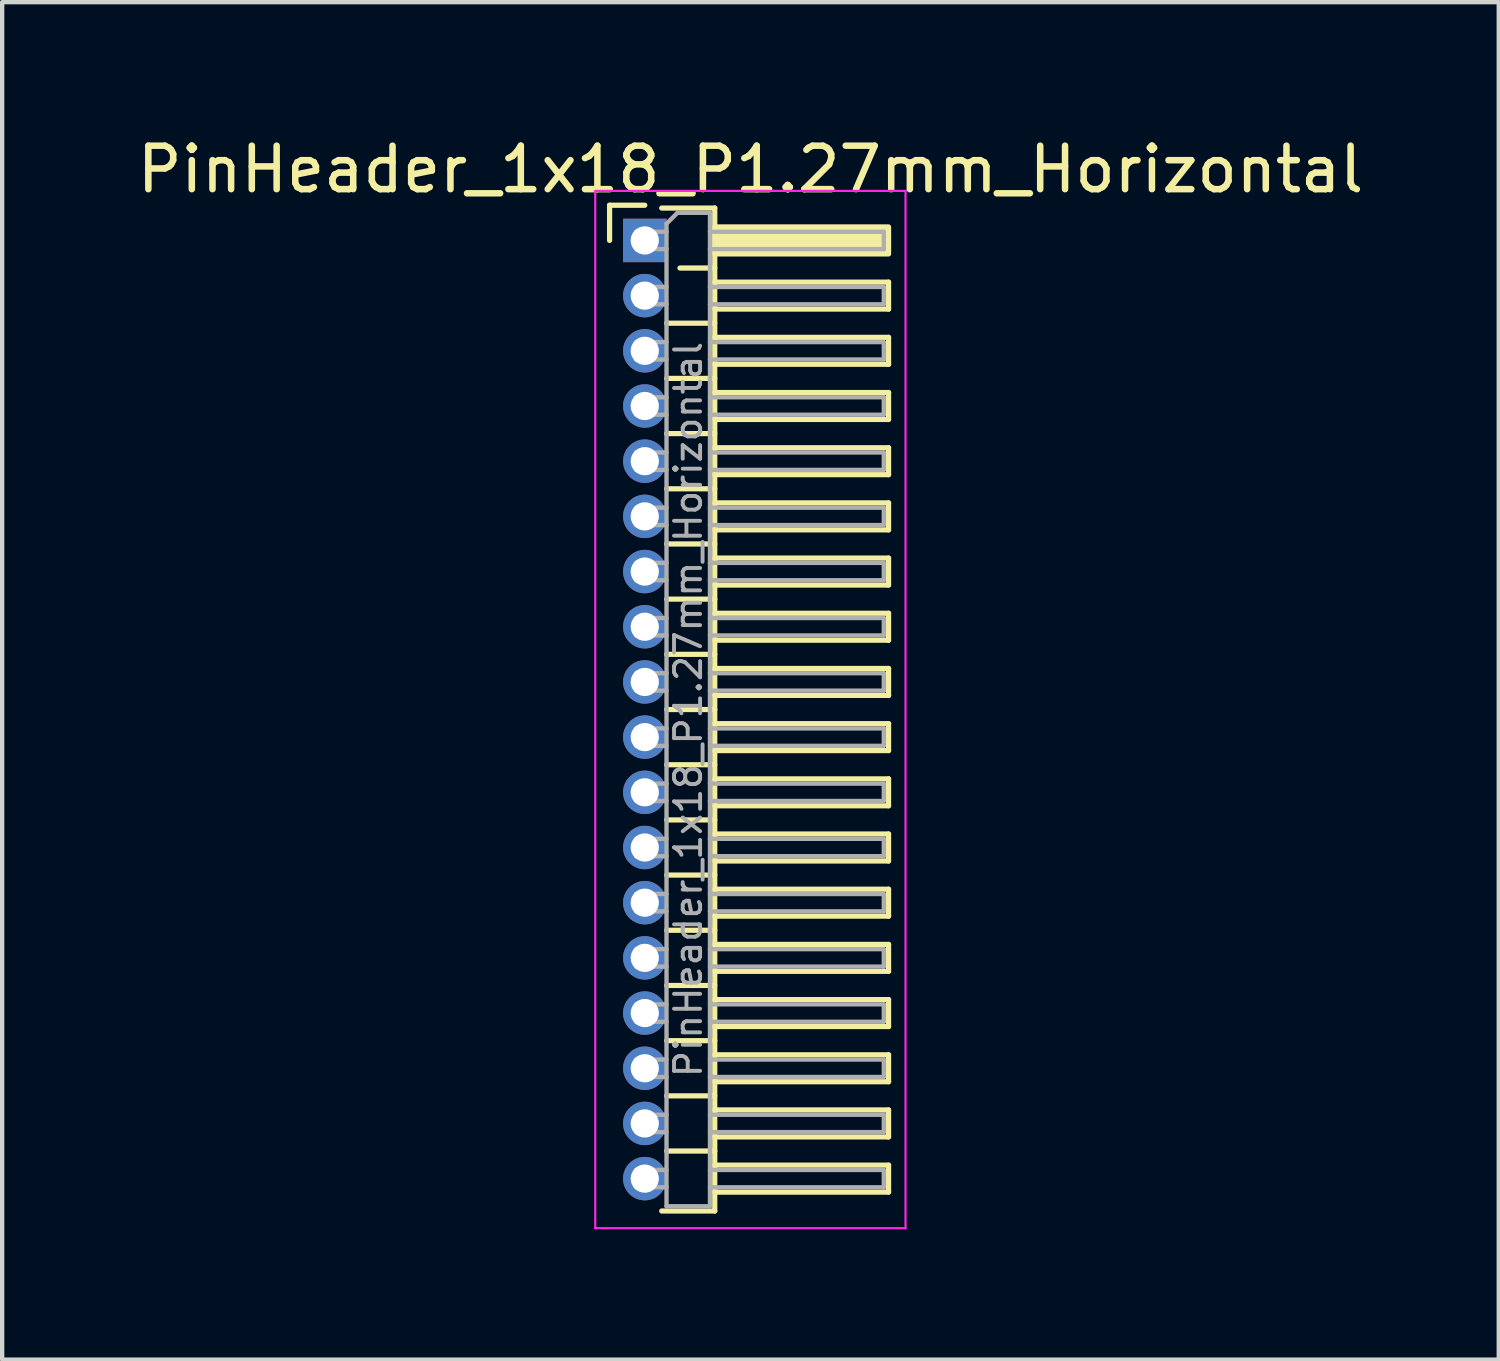
<source format=kicad_pcb>
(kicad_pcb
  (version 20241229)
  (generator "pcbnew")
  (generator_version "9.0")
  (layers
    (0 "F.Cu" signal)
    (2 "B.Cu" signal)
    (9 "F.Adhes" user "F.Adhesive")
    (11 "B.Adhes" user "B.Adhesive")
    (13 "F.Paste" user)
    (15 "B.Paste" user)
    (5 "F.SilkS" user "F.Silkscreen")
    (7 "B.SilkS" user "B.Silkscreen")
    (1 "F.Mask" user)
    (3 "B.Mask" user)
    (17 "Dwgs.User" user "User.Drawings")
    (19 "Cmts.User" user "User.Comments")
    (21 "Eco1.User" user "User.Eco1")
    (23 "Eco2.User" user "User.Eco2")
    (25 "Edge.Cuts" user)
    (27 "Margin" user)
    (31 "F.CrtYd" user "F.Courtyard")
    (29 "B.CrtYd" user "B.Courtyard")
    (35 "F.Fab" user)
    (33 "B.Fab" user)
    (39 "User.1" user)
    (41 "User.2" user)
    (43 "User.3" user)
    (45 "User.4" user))
  (footprint "PinHeader_1x18_P1.27mm_Horizontal"
    (layer "F.Cu")
    (at 11.788 2.483)
    (property "Reference" "PinHeader_1x18_P1.27mm_Horizontal" (at 2.433 -1.635 0) (layer "F.SilkS") (effects (font (size 1 1) (thickness 0.15))))
    (attr through_hole)
    (fp_line (start -0.81 -0.81) (end 0 -0.81) (stroke (width 0.12) (type solid)) (layer "F.SilkS"))
    (fp_line (start -0.81 0) (end -0.81 -0.81) (stroke (width 0.12) (type solid)) (layer "F.SilkS"))
    (fp_line (start 0.39 -0.745) (end 1.61 -0.745) (stroke (width 0.12) (type solid)) (layer "F.SilkS"))
    (fp_line (start 0.503 1.905) (end 1.61 1.905) (stroke (width 0.12) (type solid)) (layer "F.SilkS"))
    (fp_line (start 0.503 3.175) (end 1.61 3.175) (stroke (width 0.12) (type solid)) (layer "F.SilkS"))
    (fp_line (start 0.503 4.445) (end 1.61 4.445) (stroke (width 0.12) (type solid)) (layer "F.SilkS"))
    (fp_line (start 0.503 5.715) (end 1.61 5.715) (stroke (width 0.12) (type solid)) (layer "F.SilkS"))
    (fp_line (start 0.503 6.985) (end 1.61 6.985) (stroke (width 0.12) (type solid)) (layer "F.SilkS"))
    (fp_line (start 0.503 8.255) (end 1.61 8.255) (stroke (width 0.12) (type solid)) (layer "F.SilkS"))
    (fp_line (start 0.503 9.525) (end 1.61 9.525) (stroke (width 0.12) (type solid)) (layer "F.SilkS"))
    (fp_line (start 0.503 10.795) (end 1.61 10.795) (stroke (width 0.12) (type solid)) (layer "F.SilkS"))
    (fp_line (start 0.503 12.065) (end 1.61 12.065) (stroke (width 0.12) (type solid)) (layer "F.SilkS"))
    (fp_line (start 0.503 13.335) (end 1.61 13.335) (stroke (width 0.12) (type solid)) (layer "F.SilkS"))
    (fp_line (start 0.503 14.605) (end 1.61 14.605) (stroke (width 0.12) (type solid)) (layer "F.SilkS"))
    (fp_line (start 0.503 15.875) (end 1.61 15.875) (stroke (width 0.12) (type solid)) (layer "F.SilkS"))
    (fp_line (start 0.503 17.145) (end 1.61 17.145) (stroke (width 0.12) (type solid)) (layer "F.SilkS"))
    (fp_line (start 0.503 18.415) (end 1.61 18.415) (stroke (width 0.12) (type solid)) (layer "F.SilkS"))
    (fp_line (start 0.503 19.685) (end 1.61 19.685) (stroke (width 0.12) (type solid)) (layer "F.SilkS"))
    (fp_line (start 0.503 20.955) (end 1.61 20.955) (stroke (width 0.12) (type solid)) (layer "F.SilkS"))
    (fp_line (start 0.81 0.635) (end 1.61 0.635) (stroke (width 0.12) (type solid)) (layer "F.SilkS"))
    (fp_line (start 1.61 -0.745) (end 1.61 22.335) (stroke (width 0.12) (type solid)) (layer "F.SilkS"))
    (fp_line (start 1.61 0.96) (end 5.61 0.96) (stroke (width 0.12) (type solid)) (layer "F.SilkS"))
    (fp_line (start 1.61 2.23) (end 5.61 2.23) (stroke (width 0.12) (type solid)) (layer "F.SilkS"))
    (fp_line (start 1.61 3.5) (end 5.61 3.5) (stroke (width 0.12) (type solid)) (layer "F.SilkS"))
    (fp_line (start 1.61 4.77) (end 5.61 4.77) (stroke (width 0.12) (type solid)) (layer "F.SilkS"))
    (fp_line (start 1.61 6.04) (end 5.61 6.04) (stroke (width 0.12) (type solid)) (layer "F.SilkS"))
    (fp_line (start 1.61 7.31) (end 5.61 7.31) (stroke (width 0.12) (type solid)) (layer "F.SilkS"))
    (fp_line (start 1.61 8.58) (end 5.61 8.58) (stroke (width 0.12) (type solid)) (layer "F.SilkS"))
    (fp_line (start 1.61 9.85) (end 5.61 9.85) (stroke (width 0.12) (type solid)) (layer "F.SilkS"))
    (fp_line (start 1.61 11.12) (end 5.61 11.12) (stroke (width 0.12) (type solid)) (layer "F.SilkS"))
    (fp_line (start 1.61 12.39) (end 5.61 12.39) (stroke (width 0.12) (type solid)) (layer "F.SilkS"))
    (fp_line (start 1.61 13.66) (end 5.61 13.66) (stroke (width 0.12) (type solid)) (layer "F.SilkS"))
    (fp_line (start 1.61 14.93) (end 5.61 14.93) (stroke (width 0.12) (type solid)) (layer "F.SilkS"))
    (fp_line (start 1.61 16.2) (end 5.61 16.2) (stroke (width 0.12) (type solid)) (layer "F.SilkS"))
    (fp_line (start 1.61 17.47) (end 5.61 17.47) (stroke (width 0.12) (type solid)) (layer "F.SilkS"))
    (fp_line (start 1.61 18.74) (end 5.61 18.74) (stroke (width 0.12) (type solid)) (layer "F.SilkS"))
    (fp_line (start 1.61 20.01) (end 5.61 20.01) (stroke (width 0.12) (type solid)) (layer "F.SilkS"))
    (fp_line (start 1.61 21.28) (end 5.61 21.28) (stroke (width 0.12) (type solid)) (layer "F.SilkS"))
    (fp_line (start 1.61 22.335) (end 0.39 22.335) (stroke (width 0.12) (type solid)) (layer "F.SilkS"))
    (fp_line (start 5.61 0.96) (end 5.61 1.58) (stroke (width 0.12) (type solid)) (layer "F.SilkS"))
    (fp_line (start 5.61 1.58) (end 1.61 1.58) (stroke (width 0.12) (type solid)) (layer "F.SilkS"))
    (fp_line (start 5.61 2.23) (end 5.61 2.85) (stroke (width 0.12) (type solid)) (layer "F.SilkS"))
    (fp_line (start 5.61 2.85) (end 1.61 2.85) (stroke (width 0.12) (type solid)) (layer "F.SilkS"))
    (fp_line (start 5.61 3.5) (end 5.61 4.12) (stroke (width 0.12) (type solid)) (layer "F.SilkS"))
    (fp_line (start 5.61 4.12) (end 1.61 4.12) (stroke (width 0.12) (type solid)) (layer "F.SilkS"))
    (fp_line (start 5.61 4.77) (end 5.61 5.39) (stroke (width 0.12) (type solid)) (layer "F.SilkS"))
    (fp_line (start 5.61 5.39) (end 1.61 5.39) (stroke (width 0.12) (type solid)) (layer "F.SilkS"))
    (fp_line (start 5.61 6.04) (end 5.61 6.66) (stroke (width 0.12) (type solid)) (layer "F.SilkS"))
    (fp_line (start 5.61 6.66) (end 1.61 6.66) (stroke (width 0.12) (type solid)) (layer "F.SilkS"))
    (fp_line (start 5.61 7.31) (end 5.61 7.93) (stroke (width 0.12) (type solid)) (layer "F.SilkS"))
    (fp_line (start 5.61 7.93) (end 1.61 7.93) (stroke (width 0.12) (type solid)) (layer "F.SilkS"))
    (fp_line (start 5.61 8.58) (end 5.61 9.2) (stroke (width 0.12) (type solid)) (layer "F.SilkS"))
    (fp_line (start 5.61 9.2) (end 1.61 9.2) (stroke (width 0.12) (type solid)) (layer "F.SilkS"))
    (fp_line (start 5.61 9.85) (end 5.61 10.47) (stroke (width 0.12) (type solid)) (layer "F.SilkS"))
    (fp_line (start 5.61 10.47) (end 1.61 10.47) (stroke (width 0.12) (type solid)) (layer "F.SilkS"))
    (fp_line (start 5.61 11.12) (end 5.61 11.74) (stroke (width 0.12) (type solid)) (layer "F.SilkS"))
    (fp_line (start 5.61 11.74) (end 1.61 11.74) (stroke (width 0.12) (type solid)) (layer "F.SilkS"))
    (fp_line (start 5.61 12.39) (end 5.61 13.01) (stroke (width 0.12) (type solid)) (layer "F.SilkS"))
    (fp_line (start 5.61 13.01) (end 1.61 13.01) (stroke (width 0.12) (type solid)) (layer "F.SilkS"))
    (fp_line (start 5.61 13.66) (end 5.61 14.28) (stroke (width 0.12) (type solid)) (layer "F.SilkS"))
    (fp_line (start 5.61 14.28) (end 1.61 14.28) (stroke (width 0.12) (type solid)) (layer "F.SilkS"))
    (fp_line (start 5.61 14.93) (end 5.61 15.55) (stroke (width 0.12) (type solid)) (layer "F.SilkS"))
    (fp_line (start 5.61 15.55) (end 1.61 15.55) (stroke (width 0.12) (type solid)) (layer "F.SilkS"))
    (fp_line (start 5.61 16.2) (end 5.61 16.82) (stroke (width 0.12) (type solid)) (layer "F.SilkS"))
    (fp_line (start 5.61 16.82) (end 1.61 16.82) (stroke (width 0.12) (type solid)) (layer "F.SilkS"))
    (fp_line (start 5.61 17.47) (end 5.61 18.09) (stroke (width 0.12) (type solid)) (layer "F.SilkS"))
    (fp_line (start 5.61 18.09) (end 1.61 18.09) (stroke (width 0.12) (type solid)) (layer "F.SilkS"))
    (fp_line (start 5.61 18.74) (end 5.61 19.36) (stroke (width 0.12) (type solid)) (layer "F.SilkS"))
    (fp_line (start 5.61 19.36) (end 1.61 19.36) (stroke (width 0.12) (type solid)) (layer "F.SilkS"))
    (fp_line (start 5.61 20.01) (end 5.61 20.63) (stroke (width 0.12) (type solid)) (layer "F.SilkS"))
    (fp_line (start 5.61 20.63) (end 1.61 20.63) (stroke (width 0.12) (type solid)) (layer "F.SilkS"))
    (fp_line (start 5.61 21.28) (end 5.61 21.9) (stroke (width 0.12) (type solid)) (layer "F.SilkS"))
    (fp_line (start 5.61 21.9) (end 1.61 21.9) (stroke (width 0.12) (type solid)) (layer "F.SilkS"))
    (fp_rect (start 1.61 -0.31) (end 5.61 0.31) (stroke (width 0.12) (type solid)) (fill yes) (layer "F.SilkS"))
    (fp_line (start -1.14 -1.14) (end -1.14 22.73) (stroke (width 0.05) (type solid)) (layer "F.CrtYd"))
    (fp_line (start -1.14 22.73) (end 6 22.73) (stroke (width 0.05) (type solid)) (layer "F.CrtYd"))
    (fp_line (start 6 -1.14) (end -1.14 -1.14) (stroke (width 0.05) (type solid)) (layer "F.CrtYd"))
    (fp_line (start 6 22.73) (end 6 -1.14) (stroke (width 0.05) (type solid)) (layer "F.CrtYd"))
    (fp_line (start -0.2 -0.2) (end -0.2 0.2) (stroke (width 0.1) (type solid)) (layer "F.Fab"))
    (fp_line (start -0.2 -0.2) (end 0.5 -0.2) (stroke (width 0.1) (type solid)) (layer "F.Fab"))
    (fp_line (start -0.2 0.2) (end 0.5 0.2) (stroke (width 0.1) (type solid)) (layer "F.Fab"))
    (fp_line (start -0.2 1.07) (end -0.2 1.47) (stroke (width 0.1) (type solid)) (layer "F.Fab"))
    (fp_line (start -0.2 1.07) (end 0.5 1.07) (stroke (width 0.1) (type solid)) (layer "F.Fab"))
    (fp_line (start -0.2 1.47) (end 0.5 1.47) (stroke (width 0.1) (type solid)) (layer "F.Fab"))
    (fp_line (start -0.2 2.34) (end -0.2 2.74) (stroke (width 0.1) (type solid)) (layer "F.Fab"))
    (fp_line (start -0.2 2.34) (end 0.5 2.34) (stroke (width 0.1) (type solid)) (layer "F.Fab"))
    (fp_line (start -0.2 2.74) (end 0.5 2.74) (stroke (width 0.1) (type solid)) (layer "F.Fab"))
    (fp_line (start -0.2 3.61) (end -0.2 4.01) (stroke (width 0.1) (type solid)) (layer "F.Fab"))
    (fp_line (start -0.2 3.61) (end 0.5 3.61) (stroke (width 0.1) (type solid)) (layer "F.Fab"))
    (fp_line (start -0.2 4.01) (end 0.5 4.01) (stroke (width 0.1) (type solid)) (layer "F.Fab"))
    (fp_line (start -0.2 4.88) (end -0.2 5.28) (stroke (width 0.1) (type solid)) (layer "F.Fab"))
    (fp_line (start -0.2 4.88) (end 0.5 4.88) (stroke (width 0.1) (type solid)) (layer "F.Fab"))
    (fp_line (start -0.2 5.28) (end 0.5 5.28) (stroke (width 0.1) (type solid)) (layer "F.Fab"))
    (fp_line (start -0.2 6.15) (end -0.2 6.55) (stroke (width 0.1) (type solid)) (layer "F.Fab"))
    (fp_line (start -0.2 6.15) (end 0.5 6.15) (stroke (width 0.1) (type solid)) (layer "F.Fab"))
    (fp_line (start -0.2 6.55) (end 0.5 6.55) (stroke (width 0.1) (type solid)) (layer "F.Fab"))
    (fp_line (start -0.2 7.42) (end -0.2 7.82) (stroke (width 0.1) (type solid)) (layer "F.Fab"))
    (fp_line (start -0.2 7.42) (end 0.5 7.42) (stroke (width 0.1) (type solid)) (layer "F.Fab"))
    (fp_line (start -0.2 7.82) (end 0.5 7.82) (stroke (width 0.1) (type solid)) (layer "F.Fab"))
    (fp_line (start -0.2 8.69) (end -0.2 9.09) (stroke (width 0.1) (type solid)) (layer "F.Fab"))
    (fp_line (start -0.2 8.69) (end 0.5 8.69) (stroke (width 0.1) (type solid)) (layer "F.Fab"))
    (fp_line (start -0.2 9.09) (end 0.5 9.09) (stroke (width 0.1) (type solid)) (layer "F.Fab"))
    (fp_line (start -0.2 9.96) (end -0.2 10.36) (stroke (width 0.1) (type solid)) (layer "F.Fab"))
    (fp_line (start -0.2 9.96) (end 0.5 9.96) (stroke (width 0.1) (type solid)) (layer "F.Fab"))
    (fp_line (start -0.2 10.36) (end 0.5 10.36) (stroke (width 0.1) (type solid)) (layer "F.Fab"))
    (fp_line (start -0.2 11.23) (end -0.2 11.63) (stroke (width 0.1) (type solid)) (layer "F.Fab"))
    (fp_line (start -0.2 11.23) (end 0.5 11.23) (stroke (width 0.1) (type solid)) (layer "F.Fab"))
    (fp_line (start -0.2 11.63) (end 0.5 11.63) (stroke (width 0.1) (type solid)) (layer "F.Fab"))
    (fp_line (start -0.2 12.5) (end -0.2 12.9) (stroke (width 0.1) (type solid)) (layer "F.Fab"))
    (fp_line (start -0.2 12.5) (end 0.5 12.5) (stroke (width 0.1) (type solid)) (layer "F.Fab"))
    (fp_line (start -0.2 12.9) (end 0.5 12.9) (stroke (width 0.1) (type solid)) (layer "F.Fab"))
    (fp_line (start -0.2 13.77) (end -0.2 14.17) (stroke (width 0.1) (type solid)) (layer "F.Fab"))
    (fp_line (start -0.2 13.77) (end 0.5 13.77) (stroke (width 0.1) (type solid)) (layer "F.Fab"))
    (fp_line (start -0.2 14.17) (end 0.5 14.17) (stroke (width 0.1) (type solid)) (layer "F.Fab"))
    (fp_line (start -0.2 15.04) (end -0.2 15.44) (stroke (width 0.1) (type solid)) (layer "F.Fab"))
    (fp_line (start -0.2 15.04) (end 0.5 15.04) (stroke (width 0.1) (type solid)) (layer "F.Fab"))
    (fp_line (start -0.2 15.44) (end 0.5 15.44) (stroke (width 0.1) (type solid)) (layer "F.Fab"))
    (fp_line (start -0.2 16.31) (end -0.2 16.71) (stroke (width 0.1) (type solid)) (layer "F.Fab"))
    (fp_line (start -0.2 16.31) (end 0.5 16.31) (stroke (width 0.1) (type solid)) (layer "F.Fab"))
    (fp_line (start -0.2 16.71) (end 0.5 16.71) (stroke (width 0.1) (type solid)) (layer "F.Fab"))
    (fp_line (start -0.2 17.58) (end -0.2 17.98) (stroke (width 0.1) (type solid)) (layer "F.Fab"))
    (fp_line (start -0.2 17.58) (end 0.5 17.58) (stroke (width 0.1) (type solid)) (layer "F.Fab"))
    (fp_line (start -0.2 17.98) (end 0.5 17.98) (stroke (width 0.1) (type solid)) (layer "F.Fab"))
    (fp_line (start -0.2 18.85) (end -0.2 19.25) (stroke (width 0.1) (type solid)) (layer "F.Fab"))
    (fp_line (start -0.2 18.85) (end 0.5 18.85) (stroke (width 0.1) (type solid)) (layer "F.Fab"))
    (fp_line (start -0.2 19.25) (end 0.5 19.25) (stroke (width 0.1) (type solid)) (layer "F.Fab"))
    (fp_line (start -0.2 20.12) (end -0.2 20.52) (stroke (width 0.1) (type solid)) (layer "F.Fab"))
    (fp_line (start -0.2 20.12) (end 0.5 20.12) (stroke (width 0.1) (type solid)) (layer "F.Fab"))
    (fp_line (start -0.2 20.52) (end 0.5 20.52) (stroke (width 0.1) (type solid)) (layer "F.Fab"))
    (fp_line (start -0.2 21.39) (end -0.2 21.79) (stroke (width 0.1) (type solid)) (layer "F.Fab"))
    (fp_line (start -0.2 21.39) (end 0.5 21.39) (stroke (width 0.1) (type solid)) (layer "F.Fab"))
    (fp_line (start -0.2 21.79) (end 0.5 21.79) (stroke (width 0.1) (type solid)) (layer "F.Fab"))
    (fp_line (start 0.5 -0.385) (end 0.75 -0.635) (stroke (width 0.1) (type solid)) (layer "F.Fab"))
    (fp_line (start 0.5 22.225) (end 0.5 -0.385) (stroke (width 0.1) (type solid)) (layer "F.Fab"))
    (fp_line (start 0.75 -0.635) (end 1.5 -0.635) (stroke (width 0.1) (type solid)) (layer "F.Fab"))
    (fp_line (start 1.5 -0.635) (end 1.5 22.225) (stroke (width 0.1) (type solid)) (layer "F.Fab"))
    (fp_line (start 1.5 -0.2) (end 5.5 -0.2) (stroke (width 0.1) (type solid)) (layer "F.Fab"))
    (fp_line (start 1.5 0.2) (end 5.5 0.2) (stroke (width 0.1) (type solid)) (layer "F.Fab"))
    (fp_line (start 1.5 1.07) (end 5.5 1.07) (stroke (width 0.1) (type solid)) (layer "F.Fab"))
    (fp_line (start 1.5 1.47) (end 5.5 1.47) (stroke (width 0.1) (type solid)) (layer "F.Fab"))
    (fp_line (start 1.5 2.34) (end 5.5 2.34) (stroke (width 0.1) (type solid)) (layer "F.Fab"))
    (fp_line (start 1.5 2.74) (end 5.5 2.74) (stroke (width 0.1) (type solid)) (layer "F.Fab"))
    (fp_line (start 1.5 3.61) (end 5.5 3.61) (stroke (width 0.1) (type solid)) (layer "F.Fab"))
    (fp_line (start 1.5 4.01) (end 5.5 4.01) (stroke (width 0.1) (type solid)) (layer "F.Fab"))
    (fp_line (start 1.5 4.88) (end 5.5 4.88) (stroke (width 0.1) (type solid)) (layer "F.Fab"))
    (fp_line (start 1.5 5.28) (end 5.5 5.28) (stroke (width 0.1) (type solid)) (layer "F.Fab"))
    (fp_line (start 1.5 6.15) (end 5.5 6.15) (stroke (width 0.1) (type solid)) (layer "F.Fab"))
    (fp_line (start 1.5 6.55) (end 5.5 6.55) (stroke (width 0.1) (type solid)) (layer "F.Fab"))
    (fp_line (start 1.5 7.42) (end 5.5 7.42) (stroke (width 0.1) (type solid)) (layer "F.Fab"))
    (fp_line (start 1.5 7.82) (end 5.5 7.82) (stroke (width 0.1) (type solid)) (layer "F.Fab"))
    (fp_line (start 1.5 8.69) (end 5.5 8.69) (stroke (width 0.1) (type solid)) (layer "F.Fab"))
    (fp_line (start 1.5 9.09) (end 5.5 9.09) (stroke (width 0.1) (type solid)) (layer "F.Fab"))
    (fp_line (start 1.5 9.96) (end 5.5 9.96) (stroke (width 0.1) (type solid)) (layer "F.Fab"))
    (fp_line (start 1.5 10.36) (end 5.5 10.36) (stroke (width 0.1) (type solid)) (layer "F.Fab"))
    (fp_line (start 1.5 11.23) (end 5.5 11.23) (stroke (width 0.1) (type solid)) (layer "F.Fab"))
    (fp_line (start 1.5 11.63) (end 5.5 11.63) (stroke (width 0.1) (type solid)) (layer "F.Fab"))
    (fp_line (start 1.5 12.5) (end 5.5 12.5) (stroke (width 0.1) (type solid)) (layer "F.Fab"))
    (fp_line (start 1.5 12.9) (end 5.5 12.9) (stroke (width 0.1) (type solid)) (layer "F.Fab"))
    (fp_line (start 1.5 13.77) (end 5.5 13.77) (stroke (width 0.1) (type solid)) (layer "F.Fab"))
    (fp_line (start 1.5 14.17) (end 5.5 14.17) (stroke (width 0.1) (type solid)) (layer "F.Fab"))
    (fp_line (start 1.5 15.04) (end 5.5 15.04) (stroke (width 0.1) (type solid)) (layer "F.Fab"))
    (fp_line (start 1.5 15.44) (end 5.5 15.44) (stroke (width 0.1) (type solid)) (layer "F.Fab"))
    (fp_line (start 1.5 16.31) (end 5.5 16.31) (stroke (width 0.1) (type solid)) (layer "F.Fab"))
    (fp_line (start 1.5 16.71) (end 5.5 16.71) (stroke (width 0.1) (type solid)) (layer "F.Fab"))
    (fp_line (start 1.5 17.58) (end 5.5 17.58) (stroke (width 0.1) (type solid)) (layer "F.Fab"))
    (fp_line (start 1.5 17.98) (end 5.5 17.98) (stroke (width 0.1) (type solid)) (layer "F.Fab"))
    (fp_line (start 1.5 18.85) (end 5.5 18.85) (stroke (width 0.1) (type solid)) (layer "F.Fab"))
    (fp_line (start 1.5 19.25) (end 5.5 19.25) (stroke (width 0.1) (type solid)) (layer "F.Fab"))
    (fp_line (start 1.5 20.12) (end 5.5 20.12) (stroke (width 0.1) (type solid)) (layer "F.Fab"))
    (fp_line (start 1.5 20.52) (end 5.5 20.52) (stroke (width 0.1) (type solid)) (layer "F.Fab"))
    (fp_line (start 1.5 21.39) (end 5.5 21.39) (stroke (width 0.1) (type solid)) (layer "F.Fab"))
    (fp_line (start 1.5 21.79) (end 5.5 21.79) (stroke (width 0.1) (type solid)) (layer "F.Fab"))
    (fp_line (start 1.5 22.225) (end 0.5 22.225) (stroke (width 0.1) (type solid)) (layer "F.Fab"))
    (fp_line (start 5.5 -0.2) (end 5.5 0.2) (stroke (width 0.1) (type solid)) (layer "F.Fab"))
    (fp_line (start 5.5 1.07) (end 5.5 1.47) (stroke (width 0.1) (type solid)) (layer "F.Fab"))
    (fp_line (start 5.5 2.34) (end 5.5 2.74) (stroke (width 0.1) (type solid)) (layer "F.Fab"))
    (fp_line (start 5.5 3.61) (end 5.5 4.01) (stroke (width 0.1) (type solid)) (layer "F.Fab"))
    (fp_line (start 5.5 4.88) (end 5.5 5.28) (stroke (width 0.1) (type solid)) (layer "F.Fab"))
    (fp_line (start 5.5 6.15) (end 5.5 6.55) (stroke (width 0.1) (type solid)) (layer "F.Fab"))
    (fp_line (start 5.5 7.42) (end 5.5 7.82) (stroke (width 0.1) (type solid)) (layer "F.Fab"))
    (fp_line (start 5.5 8.69) (end 5.5 9.09) (stroke (width 0.1) (type solid)) (layer "F.Fab"))
    (fp_line (start 5.5 9.96) (end 5.5 10.36) (stroke (width 0.1) (type solid)) (layer "F.Fab"))
    (fp_line (start 5.5 11.23) (end 5.5 11.63) (stroke (width 0.1) (type solid)) (layer "F.Fab"))
    (fp_line (start 5.5 12.5) (end 5.5 12.9) (stroke (width 0.1) (type solid)) (layer "F.Fab"))
    (fp_line (start 5.5 13.77) (end 5.5 14.17) (stroke (width 0.1) (type solid)) (layer "F.Fab"))
    (fp_line (start 5.5 15.04) (end 5.5 15.44) (stroke (width 0.1) (type solid)) (layer "F.Fab"))
    (fp_line (start 5.5 16.31) (end 5.5 16.71) (stroke (width 0.1) (type solid)) (layer "F.Fab"))
    (fp_line (start 5.5 17.58) (end 5.5 17.98) (stroke (width 0.1) (type solid)) (layer "F.Fab"))
    (fp_line (start 5.5 18.85) (end 5.5 19.25) (stroke (width 0.1) (type solid)) (layer "F.Fab"))
    (fp_line (start 5.5 20.12) (end 5.5 20.52) (stroke (width 0.1) (type solid)) (layer "F.Fab"))
    (fp_line (start 5.5 21.39) (end 5.5 21.79) (stroke (width 0.1) (type solid)) (layer "F.Fab"))
    (fp_text user "${REFERENCE}" (at 1 10.795 90) (layer "F.Fab") (effects (font (size 0.6 0.6) (thickness 0.09))))
    (pad "1" thru_hole rect (at 0 0) (size 1 1) (drill 0.65) (layers "*.Cu" "*.Mask"))
    (pad "2" thru_hole circle (at 0 1.27) (size 1 1) (drill 0.65) (layers "*.Cu" "*.Mask"))
    (pad "3" thru_hole circle (at 0 2.54) (size 1 1) (drill 0.65) (layers "*.Cu" "*.Mask"))
    (pad "4" thru_hole circle (at 0 3.81) (size 1 1) (drill 0.65) (layers "*.Cu" "*.Mask"))
    (pad "5" thru_hole circle (at 0 5.08) (size 1 1) (drill 0.65) (layers "*.Cu" "*.Mask"))
    (pad "6" thru_hole circle (at 0 6.35) (size 1 1) (drill 0.65) (layers "*.Cu" "*.Mask"))
    (pad "7" thru_hole circle (at 0 7.62) (size 1 1) (drill 0.65) (layers "*.Cu" "*.Mask"))
    (pad "8" thru_hole circle (at 0 8.89) (size 1 1) (drill 0.65) (layers "*.Cu" "*.Mask"))
    (pad "9" thru_hole circle (at 0 10.16) (size 1 1) (drill 0.65) (layers "*.Cu" "*.Mask"))
    (pad "10" thru_hole circle (at 0 11.43) (size 1 1) (drill 0.65) (layers "*.Cu" "*.Mask"))
    (pad "11" thru_hole circle (at 0 12.7) (size 1 1) (drill 0.65) (layers "*.Cu" "*.Mask"))
    (pad "12" thru_hole circle (at 0 13.97) (size 1 1) (drill 0.65) (layers "*.Cu" "*.Mask"))
    (pad "13" thru_hole circle (at 0 15.24) (size 1 1) (drill 0.65) (layers "*.Cu" "*.Mask"))
    (pad "14" thru_hole circle (at 0 16.51) (size 1 1) (drill 0.65) (layers "*.Cu" "*.Mask"))
    (pad "15" thru_hole circle (at 0 17.78) (size 1 1) (drill 0.65) (layers "*.Cu" "*.Mask"))
    (pad "16" thru_hole circle (at 0 19.05) (size 1 1) (drill 0.65) (layers "*.Cu" "*.Mask"))
    (pad "17" thru_hole circle (at 0 20.32) (size 1 1) (drill 0.65) (layers "*.Cu" "*.Mask"))
    (pad "18" thru_hole circle (at 0 21.59) (size 1 1) (drill 0.65) (layers "*.Cu" "*.Mask")))
  (gr_rect
    (start -3 -3)
    (end 31.44 28.238)
    (stroke (width 0.1) (type default))
    (fill no)
    (layer "Edge.Cuts")))
</source>
